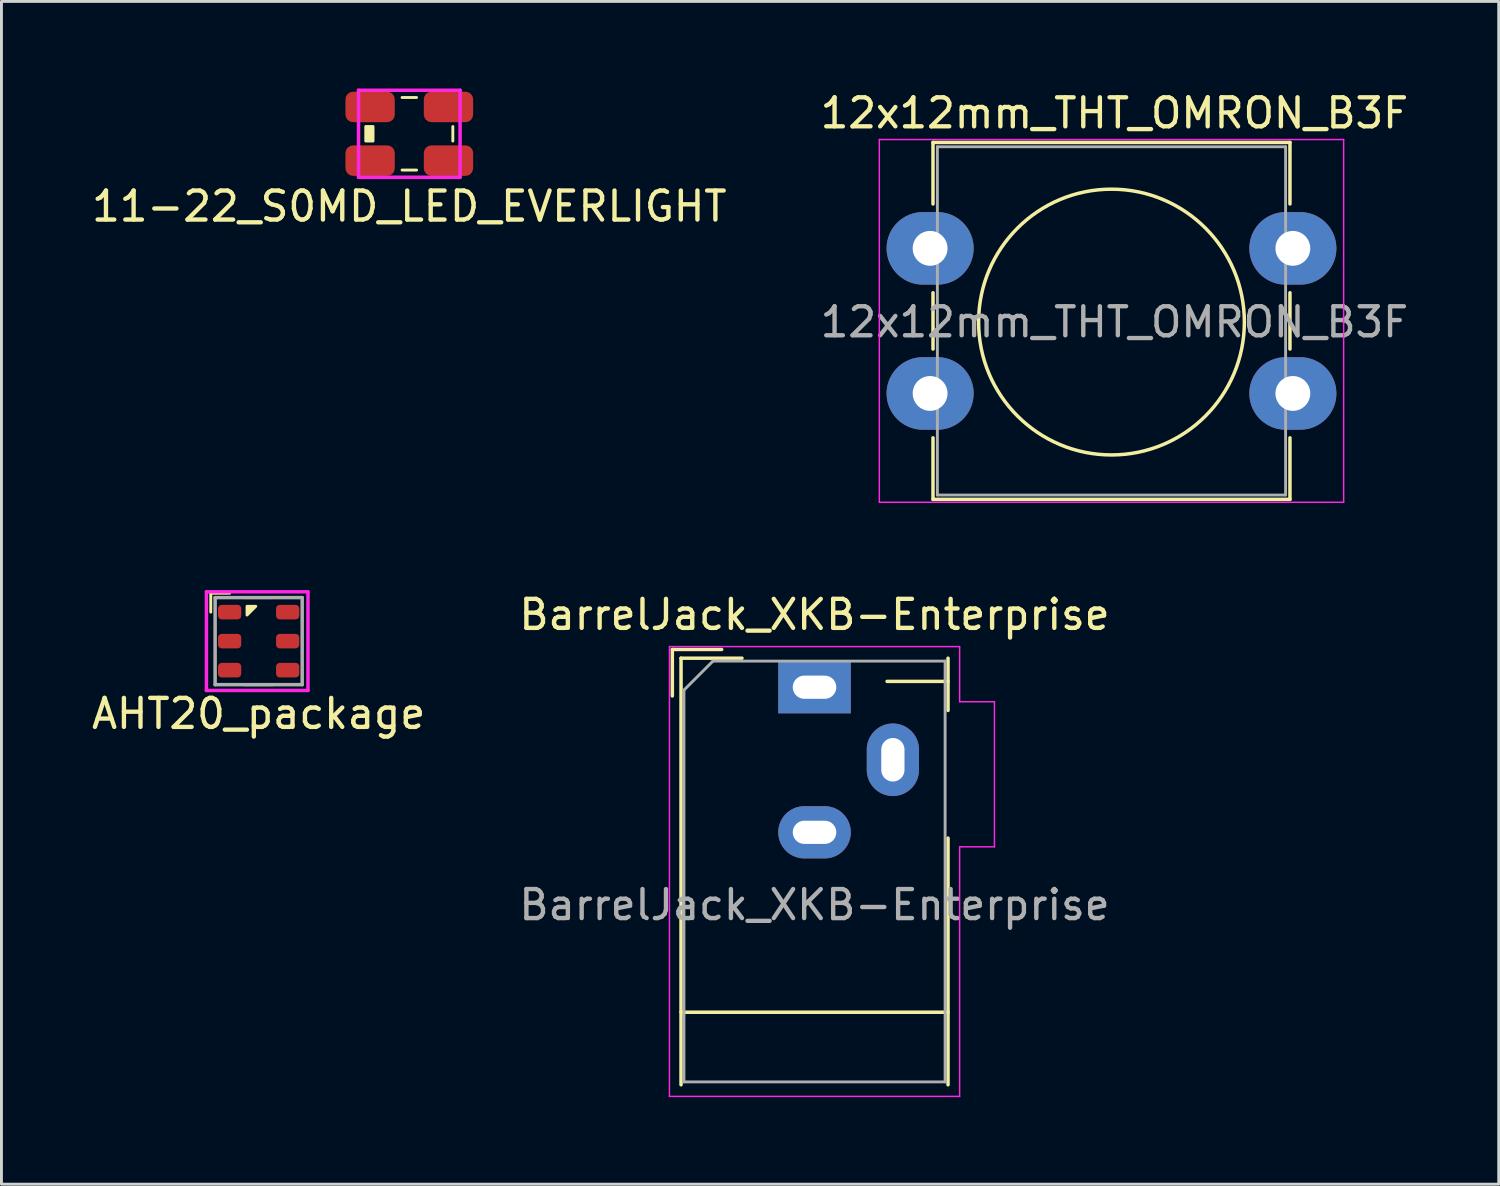
<source format=kicad_pcb>
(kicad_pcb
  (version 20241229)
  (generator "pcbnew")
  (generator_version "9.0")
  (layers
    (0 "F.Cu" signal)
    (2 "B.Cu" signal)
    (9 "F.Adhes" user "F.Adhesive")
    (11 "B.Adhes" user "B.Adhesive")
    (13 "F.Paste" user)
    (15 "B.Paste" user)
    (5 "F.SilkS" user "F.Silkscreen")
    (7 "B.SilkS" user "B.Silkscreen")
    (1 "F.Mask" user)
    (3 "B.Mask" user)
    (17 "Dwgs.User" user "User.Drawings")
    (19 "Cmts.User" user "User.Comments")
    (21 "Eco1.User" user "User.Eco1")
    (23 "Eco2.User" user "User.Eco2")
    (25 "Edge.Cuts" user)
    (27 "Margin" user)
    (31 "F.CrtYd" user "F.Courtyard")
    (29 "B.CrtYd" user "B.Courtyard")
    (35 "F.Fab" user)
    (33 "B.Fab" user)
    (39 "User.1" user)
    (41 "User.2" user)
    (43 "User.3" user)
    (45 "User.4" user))
  (footprint "BarrelJack_XKB-Enterprise"
    (layer "F.Cu")
    (at 25.018 20.631)
    (property "Reference" "BarrelJack_XKB-Enterprise" (at 0 -2.5 0) (layer "F.SilkS") (effects (font (size 1 1) (thickness 0.15))))
    (attr through_hole)
    (fp_line (start -4.9 -1.3) (end -4.9 0.3) (stroke (width 0.12) (type solid)) (layer "F.SilkS"))
    (fp_line (start -4.6 -1) (end -2.5 -1) (stroke (width 0.12) (type solid)) (layer "F.SilkS"))
    (fp_line (start -4.6 13.7) (end -4.6 -1) (stroke (width 0.12) (type solid)) (layer "F.SilkS"))
    (fp_line (start -3.2 -1.3) (end -4.9 -1.3) (stroke (width 0.12) (type solid)) (layer "F.SilkS"))
    (fp_line (start 2.5 -0.2) (end 4.6 -0.2) (stroke (width 0.12) (type solid)) (layer "F.SilkS"))
    (fp_line (start 4.6 -1) (end 4.6 0.8) (stroke (width 0.12) (type solid)) (layer "F.SilkS"))
    (fp_line (start 4.6 5.2) (end 4.6 13.7) (stroke (width 0.12) (type solid)) (layer "F.SilkS"))
    (fp_line (start 4.6 11.2) (end -4.6 11.2) (stroke (width 0.12) (type solid)) (layer "F.SilkS"))
    (fp_line (start -5 -1.4) (end -5 14.1) (stroke (width 0.05) (type solid)) (layer "F.CrtYd"))
    (fp_line (start -5 14.1) (end 5 14.1) (stroke (width 0.05) (type solid)) (layer "F.CrtYd"))
    (fp_line (start 5 -1.4) (end -5 -1.4) (stroke (width 0.05) (type solid)) (layer "F.CrtYd"))
    (fp_line (start 5 0.5) (end 5 -1.4) (stroke (width 0.05) (type solid)) (layer "F.CrtYd"))
    (fp_line (start 5 14.1) (end 5 5.5) (stroke (width 0.05) (type solid)) (layer "F.CrtYd"))
    (fp_line (start 6.2 0.5) (end 5 0.5) (stroke (width 0.05) (type solid)) (layer "F.CrtYd"))
    (fp_line (start 6.2 0.5) (end 6.2 5.5) (stroke (width 0.05) (type solid)) (layer "F.CrtYd"))
    (fp_line (start 6.2 5.5) (end 5 5.5) (stroke (width 0.05) (type solid)) (layer "F.CrtYd"))
    (fp_line (start -4.5 0.1) (end -3.5 -0.9) (stroke (width 0.1) (type solid)) (layer "F.Fab"))
    (fp_line (start -4.5 13.6) (end -4.5 0.1) (stroke (width 0.1) (type solid)) (layer "F.Fab"))
    (fp_line (start 4.5 -0.9) (end -3.5 -0.9) (stroke (width 0.1) (type solid)) (layer "F.Fab"))
    (fp_line (start 4.5 -0.9) (end 4.5 13.6) (stroke (width 0.1) (type solid)) (layer "F.Fab"))
    (fp_line (start 4.5 13.6) (end -4.5 13.6) (stroke (width 0.1) (type solid)) (layer "F.Fab"))
    (fp_text user "${REFERENCE}" (at 0 7.5 0) (layer "F.Fab") (effects (font (size 1 1) (thickness 0.15))))
    (pad "1" thru_hole rect (at 0 0) (size 2.5 1.8) (drill oval 1.5 0.8) (layers "*.Cu" "*.Mask"))
    (pad "2" thru_hole oval (at 0 5) (size 2.5 1.8) (drill oval 1.5 0.8) (layers "*.Cu" "*.Mask"))
    (pad "3" thru_hole oval (at 2.7 2.5 90) (size 2.5 1.8) (drill oval 1.5 0.8) (layers "*.Cu" "*.Mask")))
  (footprint "11-22_S0MD_LED_EVERLIGHT"
    (layer "F.Cu")
    (at 11.054 1.56)
    (property "Reference" "11-22_S0MD_LED_EVERLIGHT" (at 0 2.5 0) (layer "F.SilkS") (effects (font (size 1 1) (thickness 0.15))))
    (attr through_hole)
    (fp_line (start -0.25 -1.25) (end 0.25 -1.25) (stroke (width 0.1) (type solid)) (layer "F.SilkS"))
    (fp_line (start -0.25 1.25) (end 0.25 1.25) (stroke (width 0.1) (type solid)) (layer "F.SilkS"))
    (fp_line (start 1.5 -0.25) (end 1.5 0.25) (stroke (width 0.1) (type solid)) (layer "F.SilkS"))
    (fp_poly (pts (xy -1.5 -0.25) (xy -1.25 -0.25) (xy -1.25 0.25) (xy -1.5 0.25)) (stroke (width 0.1) (type solid)) (fill yes) (layer "F.SilkS"))
    (fp_line (start -1.75 -1.5) (end 1.75 -1.5) (stroke (width 0.12) (type solid)) (layer "F.CrtYd"))
    (fp_line (start -1.75 1.5) (end -1.75 -1.5) (stroke (width 0.12) (type solid)) (layer "F.CrtYd"))
    (fp_line (start 1.75 -1.5) (end 1.75 1.5) (stroke (width 0.12) (type solid)) (layer "F.CrtYd"))
    (fp_line (start 1.75 1.5) (end -1.75 1.5) (stroke (width 0.12) (type solid)) (layer "F.CrtYd"))
    (pad "1" smd roundrect (at -1.35 0.925) (size 1.7 1.05) (layers "F.Cu" "F.Mask" "F.Paste") (roundrect_rratio 0.25))
    (pad "2" smd roundrect (at -1.35 -0.925) (size 1.7 1.05) (layers "F.Cu" "F.Mask" "F.Paste") (roundrect_rratio 0.25))
    (pad "3" smd roundrect (at 1.35 -0.925) (size 1.7 1.05) (layers "F.Cu" "F.Mask" "F.Paste") (roundrect_rratio 0.25))
    (pad "4" smd roundrect (at 1.35 0.925) (size 1.7 1.05) (layers "F.Cu" "F.Mask" "F.Paste") (roundrect_rratio 0.25)))
  (footprint "12x12mm_THT_OMRON_B3F"
    (layer "F.Cu")
    (at 35.251 8.008)
    (property "Reference" "12x12mm_THT_OMRON_B3F" (at 0.1 -7.16 0) (layer "F.SilkS") (effects (font (size 1 1) (thickness 0.15))))
    (attr through_hole)
    (fp_line (start -6.15 -6.15) (end 6.15 -6.15) (stroke (width 0.12) (type solid)) (layer "F.SilkS"))
    (fp_line (start -6.15 -4.03) (end -6.15 -6.15) (stroke (width 0.12) (type solid)) (layer "F.SilkS"))
    (fp_line (start -6.15 0.97) (end -6.15 -0.97) (stroke (width 0.12) (type solid)) (layer "F.SilkS"))
    (fp_line (start -6.15 6.15) (end -6.15 4.03) (stroke (width 0.12) (type solid)) (layer "F.SilkS"))
    (fp_line (start 6.15 -6.15) (end 6.15 -4.03) (stroke (width 0.12) (type solid)) (layer "F.SilkS"))
    (fp_line (start 6.15 -0.97) (end 6.15 0.97) (stroke (width 0.12) (type solid)) (layer "F.SilkS"))
    (fp_line (start 6.15 4.03) (end 6.15 6.15) (stroke (width 0.12) (type solid)) (layer "F.SilkS"))
    (fp_line (start 6.15 6.15) (end -6.15 6.15) (stroke (width 0.12) (type solid)) (layer "F.SilkS"))
    (fp_circle (center 0 0.04) (end 4.579 0.04) (stroke (width 0.12) (type solid)) (fill no) (layer "F.SilkS"))
    (fp_line (start -8 -6.25) (end -8 6.25) (stroke (width 0.05) (type solid)) (layer "F.CrtYd"))
    (fp_line (start -8 6.25) (end 8 6.25) (stroke (width 0.05) (type solid)) (layer "F.CrtYd"))
    (fp_line (start 8 -6.25) (end -8 -6.25) (stroke (width 0.05) (type solid)) (layer "F.CrtYd"))
    (fp_line (start 8 6.25) (end 8 -6.25) (stroke (width 0.05) (type solid)) (layer "F.CrtYd"))
    (fp_line (start -6 -6) (end -6 6) (stroke (width 0.1) (type solid)) (layer "F.Fab"))
    (fp_line (start -6 6) (end 6 6) (stroke (width 0.1) (type solid)) (layer "F.Fab"))
    (fp_line (start 6 -6) (end -6 -6) (stroke (width 0.1) (type solid)) (layer "F.Fab"))
    (fp_line (start 6 6) (end 6 -6) (stroke (width 0.1) (type solid)) (layer "F.Fab"))
    (fp_text user "${REFERENCE}" (at 0.1 0.04 0) (layer "F.Fab") (effects (font (size 1 1) (thickness 0.15))))
    (pad "1" thru_hole oval (at -6.25 -2.5) (size 3 2.5) (drill 1.2) (layers "*.Cu" "*.Mask"))
    (pad "1" thru_hole oval (at 6.25 -2.5) (size 3 2.5) (drill 1.2) (layers "*.Cu" "*.Mask"))
    (pad "2" thru_hole oval (at -6.25 2.5) (size 3 2.5) (drill 1.2) (layers "*.Cu" "*.Mask"))
    (pad "2" thru_hole oval (at 6.25 2.5) (size 3 2.5) (drill 1.2) (layers "*.Cu" "*.Mask")))
  (footprint "AHT20_package"
    (layer "F.Cu")
    (at 5.863 19.043)
    (property "Reference" "AHT20_package" (at 0 2.5 0) (layer "F.SilkS") (effects (font (size 1 1) (thickness 0.15))))
    (attr through_hole)
    (fp_line (start -1.65 -1.65) (end -1.65 -1) (stroke (width 0.1) (type solid)) (layer "F.SilkS"))
    (fp_line (start -1.65 -1.65) (end -1 -1.65) (stroke (width 0.1) (type solid)) (layer "F.SilkS"))
    (fp_line (start 0.5 -1.5) (end -0.5 -1.5) (stroke (width 0.1) (type solid)) (layer "F.SilkS"))
    (fp_line (start 0.5 1.5) (end -0.5 1.5) (stroke (width 0.1) (type solid)) (layer "F.SilkS"))
    (fp_poly (pts (xy -0.4 -0.9) (xy -0.4 -1.2) (xy -0.1 -1.2)) (stroke (width 0.1) (type solid)) (fill yes) (layer "F.SilkS"))
    (fp_line (start -1.8 -1.7) (end 1.7 -1.7) (stroke (width 0.12) (type solid)) (layer "F.CrtYd"))
    (fp_line (start -1.8 1.7) (end -1.8 -1.7) (stroke (width 0.12) (type solid)) (layer "F.CrtYd"))
    (fp_line (start 1.7 -1.7) (end 1.7 1.7) (stroke (width 0.12) (type solid)) (layer "F.CrtYd"))
    (fp_line (start 1.7 1.7) (end -1.8 1.7) (stroke (width 0.12) (type solid)) (layer "F.CrtYd"))
    (fp_line (start -1.5 -1.5) (end 1.5 -1.5) (stroke (width 0.12) (type solid)) (layer "F.Fab"))
    (fp_line (start -1.5 1.5) (end -1.5 -1.5) (stroke (width 0.12) (type solid)) (layer "F.Fab"))
    (fp_line (start 1.5 -1.5) (end 1.5 1.5) (stroke (width 0.12) (type solid)) (layer "F.Fab"))
    (fp_line (start 1.5 1.5) (end -1.5 1.5) (stroke (width 0.12) (type solid)) (layer "F.Fab"))
    (pad "1" smd roundrect (at -1 -1) (size 0.8 0.5) (layers "F.Cu" "F.Mask" "F.Paste") (roundrect_rratio 0.25))
    (pad "2" smd roundrect (at -1 0) (size 0.8 0.5) (layers "F.Cu" "F.Mask" "F.Paste") (roundrect_rratio 0.25))
    (pad "3" smd roundrect (at -1 1) (size 0.8 0.5) (layers "F.Cu" "F.Mask" "F.Paste") (roundrect_rratio 0.25))
    (pad "4" smd roundrect (at 1 -1) (size 0.8 0.5) (layers "F.Cu" "F.Mask" "F.Paste") (roundrect_rratio 0.25))
    (pad "5" smd roundrect (at 1 0) (size 0.8 0.5) (layers "F.Cu" "F.Mask" "F.Paste") (roundrect_rratio 0.25))
    (pad "6" smd roundrect (at 1 1) (size 0.8 0.5) (layers "F.Cu" "F.Mask" "F.Paste") (roundrect_rratio 0.25)))
  (gr_rect
    (start -3 -3)
    (end 48.595 37.757)
    (stroke (width 0.1) (type default))
    (fill no)
    (layer "Edge.Cuts")))
</source>
